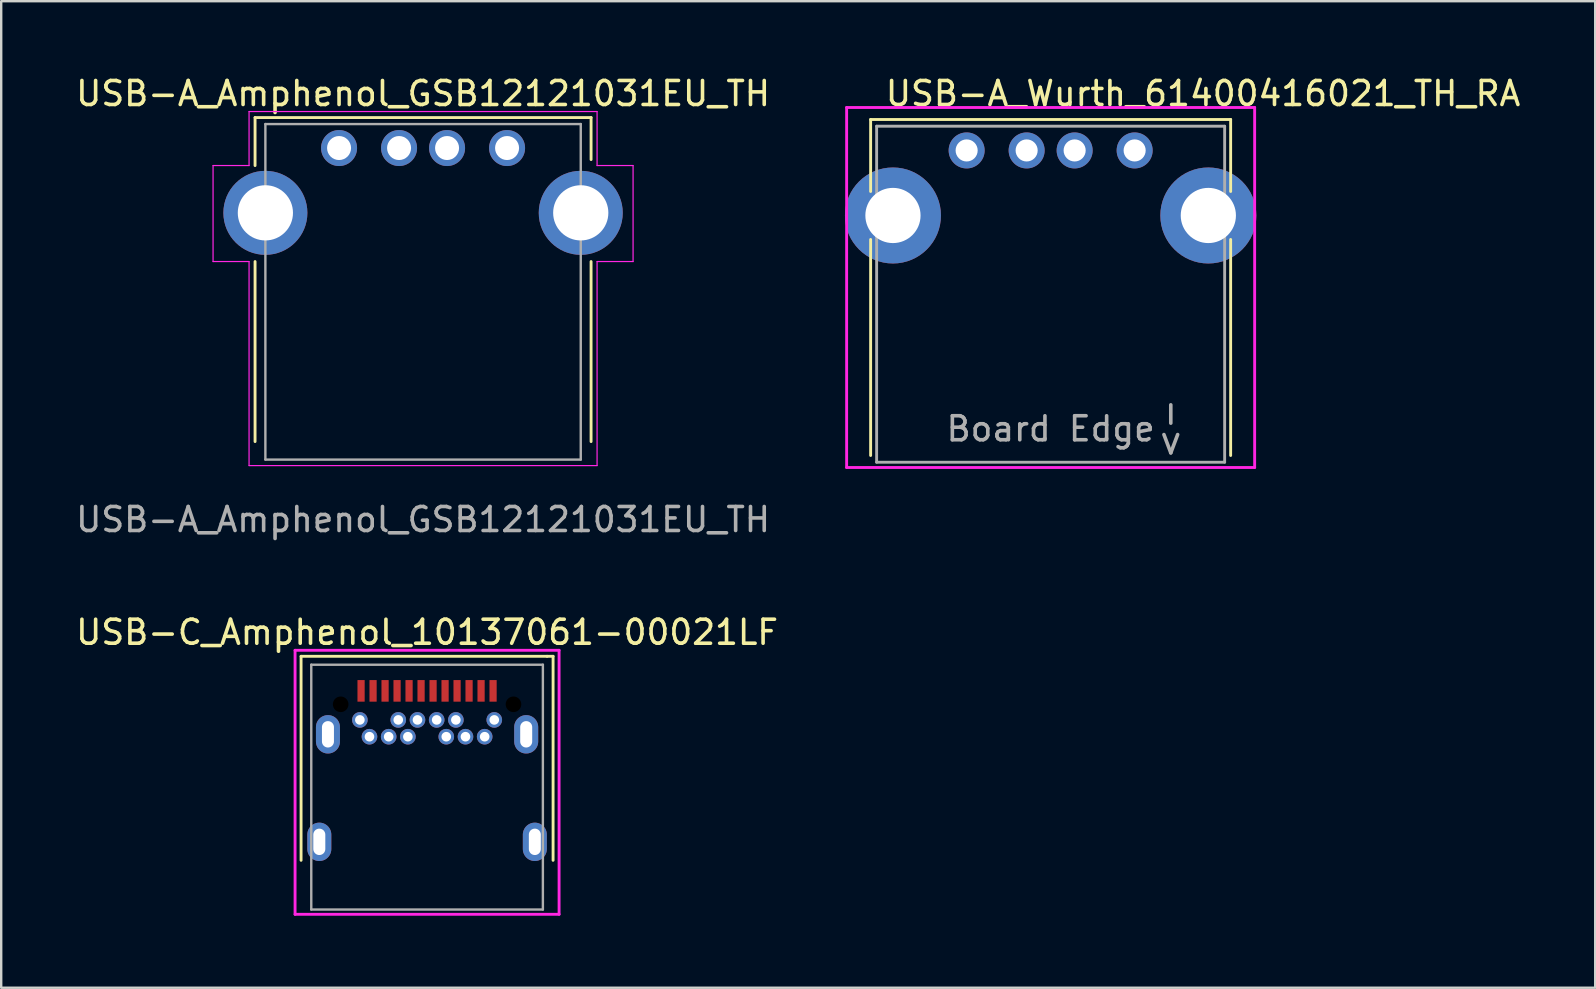
<source format=kicad_pcb>
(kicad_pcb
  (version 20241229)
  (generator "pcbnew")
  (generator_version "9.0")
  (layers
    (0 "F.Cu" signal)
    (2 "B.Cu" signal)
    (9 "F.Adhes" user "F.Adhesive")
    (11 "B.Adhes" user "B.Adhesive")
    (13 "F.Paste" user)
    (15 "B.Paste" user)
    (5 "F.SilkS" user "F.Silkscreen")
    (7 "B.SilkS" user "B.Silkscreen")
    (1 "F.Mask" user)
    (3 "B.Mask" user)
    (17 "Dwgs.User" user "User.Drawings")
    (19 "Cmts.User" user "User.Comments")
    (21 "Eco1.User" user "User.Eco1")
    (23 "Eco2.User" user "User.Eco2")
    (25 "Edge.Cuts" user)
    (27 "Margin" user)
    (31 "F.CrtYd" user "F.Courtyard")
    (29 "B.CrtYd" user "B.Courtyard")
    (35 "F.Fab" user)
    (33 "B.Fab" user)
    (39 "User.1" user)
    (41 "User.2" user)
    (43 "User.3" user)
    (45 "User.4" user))
  (footprint "USB-A_Amphenol_GSB12121031EU_TH"
    (layer "F.Cu")
    (at 14.577 16.098)
    (property "Reference" "USB-A_Amphenol_GSB12121031EU_TH" (at 0 -15.25 0) (unlocked yes) (layer "F.SilkS") (effects (font (size 1 1) (thickness 0.15))))
    (attr through_hole)
    (fp_line (start -7 -14.25) (end 7 -14.25) (stroke (width 0.12) (type default)) (layer "F.SilkS"))
    (fp_line (start -7 -12.25) (end -7 -14.25) (stroke (width 0.12) (type default)) (layer "F.SilkS"))
    (fp_line (start -7 -8.25) (end -7 -0.75) (stroke (width 0.12) (type default)) (layer "F.SilkS"))
    (fp_line (start 7 -14.25) (end 7 -12.5) (stroke (width 0.12) (type default)) (layer "F.SilkS"))
    (fp_line (start 7 -8.25) (end 7 -0.75) (stroke (width 0.12) (type default)) (layer "F.SilkS"))
    (fp_line (start -8.75 -12.25) (end -8.75 -8.25) (stroke (width 0.05) (type default)) (layer "F.CrtYd"))
    (fp_line (start -8.75 -8.25) (end -7.25 -8.25) (stroke (width 0.05) (type default)) (layer "F.CrtYd"))
    (fp_line (start -7.25 -14.5) (end -7.25 -12.25) (stroke (width 0.05) (type default)) (layer "F.CrtYd"))
    (fp_line (start -7.25 -12.25) (end -8.75 -12.25) (stroke (width 0.05) (type default)) (layer "F.CrtYd"))
    (fp_line (start -7.25 -8.25) (end -7.25 0.25) (stroke (width 0.05) (type default)) (layer "F.CrtYd"))
    (fp_line (start -7.25 0.25) (end 7.25 0.25) (stroke (width 0.05) (type default)) (layer "F.CrtYd"))
    (fp_line (start 7.25 -14.5) (end -7.25 -14.5) (stroke (width 0.05) (type default)) (layer "F.CrtYd"))
    (fp_line (start 7.25 -12.25) (end 7.25 -14.5) (stroke (width 0.05) (type default)) (layer "F.CrtYd"))
    (fp_line (start 7.25 -8.25) (end 8.75 -8.25) (stroke (width 0.05) (type default)) (layer "F.CrtYd"))
    (fp_line (start 7.25 0.25) (end 7.25 -8.25) (stroke (width 0.05) (type default)) (layer "F.CrtYd"))
    (fp_line (start 8.75 -12.25) (end 7.25 -12.25) (stroke (width 0.05) (type default)) (layer "F.CrtYd"))
    (fp_line (start 8.75 -8.25) (end 8.75 -12.25) (stroke (width 0.05) (type default)) (layer "F.CrtYd"))
    (fp_line (start -6.57 -13.98) (end -6.57 0) (stroke (width 0.1) (type default)) (layer "F.Fab"))
    (fp_line (start -6.57 -13.98) (end 6.57 -13.98) (stroke (width 0.1) (type default)) (layer "F.Fab"))
    (fp_line (start -6.57 0) (end 6.57 0) (stroke (width 0.1) (type default)) (layer "F.Fab"))
    (fp_line (start 6.57 -13.98) (end 6.57 0) (stroke (width 0.1) (type default)) (layer "F.Fab"))
    (fp_text user "${REFERENCE}" (at 0 2.5 0) (unlocked yes) (layer "F.Fab") (effects (font (size 1 1) (thickness 0.15))))
    (pad "1" thru_hole circle (at -3.5 -12.98) (size 1.5 1.5) (drill 1) (layers "*.Cu" "*.Mask"))
    (pad "2" thru_hole circle (at -1 -12.98) (size 1.5 1.5) (drill 1) (layers "*.Cu" "*.Mask"))
    (pad "3" thru_hole circle (at 1 -12.98) (size 1.5 1.5) (drill 1) (layers "*.Cu" "*.Mask"))
    (pad "4" thru_hole circle (at 3.5 -12.98) (size 1.5 1.5) (drill 1) (layers "*.Cu" "*.Mask"))
    (pad "5" thru_hole circle (at -6.57 -10.28) (size 3.5 3.5) (drill 2.3) (layers "*.Cu" "*.Mask"))
    (pad "5" thru_hole circle (at 6.57 -10.28) (size 3.5 3.5) (drill 2.3) (layers "*.Cu" "*.Mask")))
  (footprint "USB-A_Wurth_61400416021_TH_RA"
    (layer "F.Cu")
    (at 40.725 5.928)
    (property "Reference" "USB-A_Wurth_61400416021_TH_RA" (at 6.35 -5.08 0) (layer "F.SilkS") (effects (font (size 1 1) (thickness 0.15))))
    (attr through_hole)
    (fp_line (start -7.5 -4) (end -7.5 -1) (stroke (width 0.12) (type solid)) (layer "F.SilkS"))
    (fp_line (start -7.5 -4) (end 7.5 -4) (stroke (width 0.12) (type solid)) (layer "F.SilkS"))
    (fp_line (start -7.5 1) (end -7.5 10) (stroke (width 0.12) (type solid)) (layer "F.SilkS"))
    (fp_line (start 7.5 -4) (end 7.5 -1) (stroke (width 0.12) (type solid)) (layer "F.SilkS"))
    (fp_line (start 7.5 1) (end 7.5 10) (stroke (width 0.12) (type solid)) (layer "F.SilkS"))
    (fp_line (start -8.5 -4.5) (end 8.5 -4.5) (stroke (width 0.12) (type solid)) (layer "F.CrtYd"))
    (fp_line (start -8.5 10.5) (end -8.5 -4.5) (stroke (width 0.12) (type solid)) (layer "F.CrtYd"))
    (fp_line (start 8.5 -4.5) (end 8.5 10.5) (stroke (width 0.12) (type solid)) (layer "F.CrtYd"))
    (fp_line (start 8.5 10.5) (end -8.5 10.5) (stroke (width 0.12) (type solid)) (layer "F.CrtYd"))
    (fp_line (start -7.25 -3.72) (end -7.25 10.28) (stroke (width 0.12) (type solid)) (layer "F.Fab"))
    (fp_line (start -7.25 10.28) (end 7.25 10.28) (stroke (width 0.12) (type solid)) (layer "F.Fab"))
    (fp_line (start 7.25 -3.72) (end -7.25 -3.72) (stroke (width 0.12) (type solid)) (layer "F.Fab"))
    (fp_line (start 7.25 10.28) (end 7.25 -3.72) (stroke (width 0.12) (type solid)) (layer "F.Fab"))
    (fp_text user "->" (at 5.08 8.89 270) (unlocked yes) (layer "F.Fab") (effects (font (size 1 1) (thickness 0.15))))
    (fp_text user "Board Edge" (at 0 8.89 0) (layer "F.Fab") (effects (font (size 1 1) (thickness 0.15))))
    (pad "1" thru_hole circle (at -3.5 -2.71) (size 1.5 1.5) (drill 0.92) (layers "*.Cu" "*.Mask"))
    (pad "2" thru_hole circle (at -1 -2.71) (size 1.5 1.5) (drill 0.92) (layers "*.Cu" "*.Mask"))
    (pad "3" thru_hole circle (at 1 -2.71) (size 1.5 1.5) (drill 0.92) (layers "*.Cu" "*.Mask"))
    (pad "4" thru_hole circle (at 3.5 -2.71) (size 1.5 1.5) (drill 0.92) (layers "*.Cu" "*.Mask"))
    (pad "5" thru_hole circle (at -6.57 0) (size 4 4) (drill 2.3) (layers "*.Cu" "*.Mask"))
    (pad "5" thru_hole circle (at 6.57 0) (size 4 4) (drill 2.3) (layers "*.Cu" "*.Mask")))
  (footprint "USB-C_Amphenol_10137061-00021LF"
    (layer "F.Cu")
    (at 14.744 26.295)
    (property "Reference" "USB-C_Amphenol_10137061-00021LF" (at 0 -3 0) (unlocked yes) (layer "F.SilkS") (effects (font (size 1 1) (thickness 0.15))))
    (fp_line (start -5.25 -2) (end 5 -2) (stroke (width 0.12) (type solid)) (layer "F.SilkS"))
    (fp_line (start -5.25 6.5) (end -5.25 -2) (stroke (width 0.12) (type solid)) (layer "F.SilkS"))
    (fp_line (start 5 -2) (end 5.25 -2) (stroke (width 0.12) (type solid)) (layer "F.SilkS"))
    (fp_line (start 5.25 -2) (end 5.25 6.5) (stroke (width 0.12) (type solid)) (layer "F.SilkS"))
    (fp_line (start -5.5 -2.25) (end 5.5 -2.25) (stroke (width 0.12) (type solid)) (layer "F.CrtYd"))
    (fp_line (start -5.5 8.75) (end -5.5 -2.25) (stroke (width 0.12) (type solid)) (layer "F.CrtYd"))
    (fp_line (start 5.5 -2.25) (end 5.5 8.75) (stroke (width 0.12) (type solid)) (layer "F.CrtYd"))
    (fp_line (start 5.5 8.75) (end -5.5 8.75) (stroke (width 0.12) (type solid)) (layer "F.CrtYd"))
    (fp_line (start -4.825 -1.65) (end 4.825 -1.65) (stroke (width 0.1) (type solid)) (layer "F.Fab"))
    (fp_line (start -4.825 8.55) (end -4.825 -1.65) (stroke (width 0.1) (type solid)) (layer "F.Fab"))
    (fp_line (start -4.825 8.55) (end 4.825 8.55) (stroke (width 0.1) (type solid)) (layer "F.Fab"))
    (fp_line (start 4.825 -1.65) (end 4.825 8.55) (stroke (width 0.1) (type solid)) (layer "F.Fab"))
    (pad "" np_thru_hole circle (at -3.6 0) (size 0.65 0.65) (drill 0.65) (layers "*.Mask"))
    (pad "" np_thru_hole circle (at 3.6 0) (size 0.65 0.65) (drill 0.65) (layers "*.Mask"))
    (pad "A1" smd rect (at -2.75 -0.56) (size 0.3 0.9) (layers "F.Cu" "F.Mask" "F.Paste"))
    (pad "A2" smd rect (at -2.25 -0.56) (size 0.3 0.9) (layers "F.Cu" "F.Mask" "F.Paste"))
    (pad "A3" smd rect (at -1.75 -0.56) (size 0.3 0.9) (layers "F.Cu" "F.Mask" "F.Paste"))
    (pad "A4" smd rect (at -1.25 -0.56) (size 0.3 0.9) (layers "F.Cu" "F.Mask" "F.Paste"))
    (pad "A5" smd rect (at -0.75 -0.56) (size 0.3 0.9) (layers "F.Cu" "F.Mask" "F.Paste"))
    (pad "A6" smd rect (at -0.25 -0.56) (size 0.3 0.9) (layers "F.Cu" "F.Mask" "F.Paste"))
    (pad "A7" smd rect (at 0.25 -0.56) (size 0.3 0.9) (layers "F.Cu" "F.Mask" "F.Paste"))
    (pad "A8" smd rect (at 0.75 -0.56) (size 0.3 0.9) (layers "F.Cu" "F.Mask" "F.Paste"))
    (pad "A9" smd rect (at 1.25 -0.56) (size 0.3 0.9) (layers "F.Cu" "F.Mask" "F.Paste"))
    (pad "A10" smd rect (at 1.75 -0.56) (size 0.3 0.9) (layers "F.Cu" "F.Mask" "F.Paste"))
    (pad "A11" smd rect (at 2.25 -0.56) (size 0.3 0.9) (layers "F.Cu" "F.Mask" "F.Paste"))
    (pad "A12" smd rect (at 2.75 -0.56) (size 0.3 0.9) (layers "F.Cu" "F.Mask" "F.Paste"))
    (pad "B1" thru_hole circle (at 2.8 0.65 180) (size 0.65 0.65) (drill 0.4) (layers "*.Cu" "*.Mask"))
    (pad "B2" thru_hole circle (at 2.4 1.35 180) (size 0.65 0.65) (drill 0.4) (layers "*.Cu" "*.Mask"))
    (pad "B3" thru_hole circle (at 1.6 1.35 180) (size 0.65 0.65) (drill 0.4) (layers "*.Cu" "*.Mask"))
    (pad "B4" thru_hole circle (at 1.2 0.65 180) (size 0.65 0.65) (drill 0.4) (layers "*.Cu" "*.Mask"))
    (pad "B5" thru_hole circle (at 0.8 1.35 180) (size 0.65 0.65) (drill 0.4) (layers "*.Cu" "*.Mask"))
    (pad "B6" thru_hole circle (at 0.4 0.65 180) (size 0.65 0.65) (drill 0.4) (layers "*.Cu" "*.Mask"))
    (pad "B7" thru_hole circle (at -0.4 0.65) (size 0.65 0.65) (drill 0.4) (layers "*.Cu" "*.Mask"))
    (pad "B8" thru_hole circle (at -0.8 1.35) (size 0.65 0.65) (drill 0.4) (layers "*.Cu" "*.Mask"))
    (pad "B9" thru_hole circle (at -1.2 0.65) (size 0.65 0.65) (drill 0.4) (layers "*.Cu" "*.Mask"))
    (pad "B10" thru_hole circle (at -1.6 1.35) (size 0.65 0.65) (drill 0.4) (layers "*.Cu" "*.Mask"))
    (pad "B11" thru_hole circle (at -2.4 1.35) (size 0.65 0.65) (drill 0.4) (layers "*.Cu" "*.Mask"))
    (pad "B12" thru_hole circle (at -2.8 0.65) (size 0.65 0.65) (drill 0.4) (layers "*.Cu" "*.Mask"))
    (pad "S1" thru_hole oval (at -4.49 5.73) (size 1 1.6) (drill oval 0.5 1.1) (layers "*.Cu" "*.Mask"))
    (pad "S1" thru_hole oval (at -4.13 1.25) (size 1 1.6) (drill oval 0.5 1.1) (layers "*.Cu" "*.Mask"))
    (pad "S1" thru_hole oval (at 4.13 1.25) (size 1 1.6) (drill oval 0.5 1.1) (layers "*.Cu" "*.Mask"))
    (pad "S1" thru_hole oval (at 4.49 5.73) (size 1 1.6) (drill oval 0.5 1.1) (layers "*.Cu" "*.Mask")))
  (gr_rect
    (start -3 -3)
    (end 63.414 38.105)
    (stroke (width 0.1) (type default))
    (fill no)
    (layer "Edge.Cuts")))
</source>
